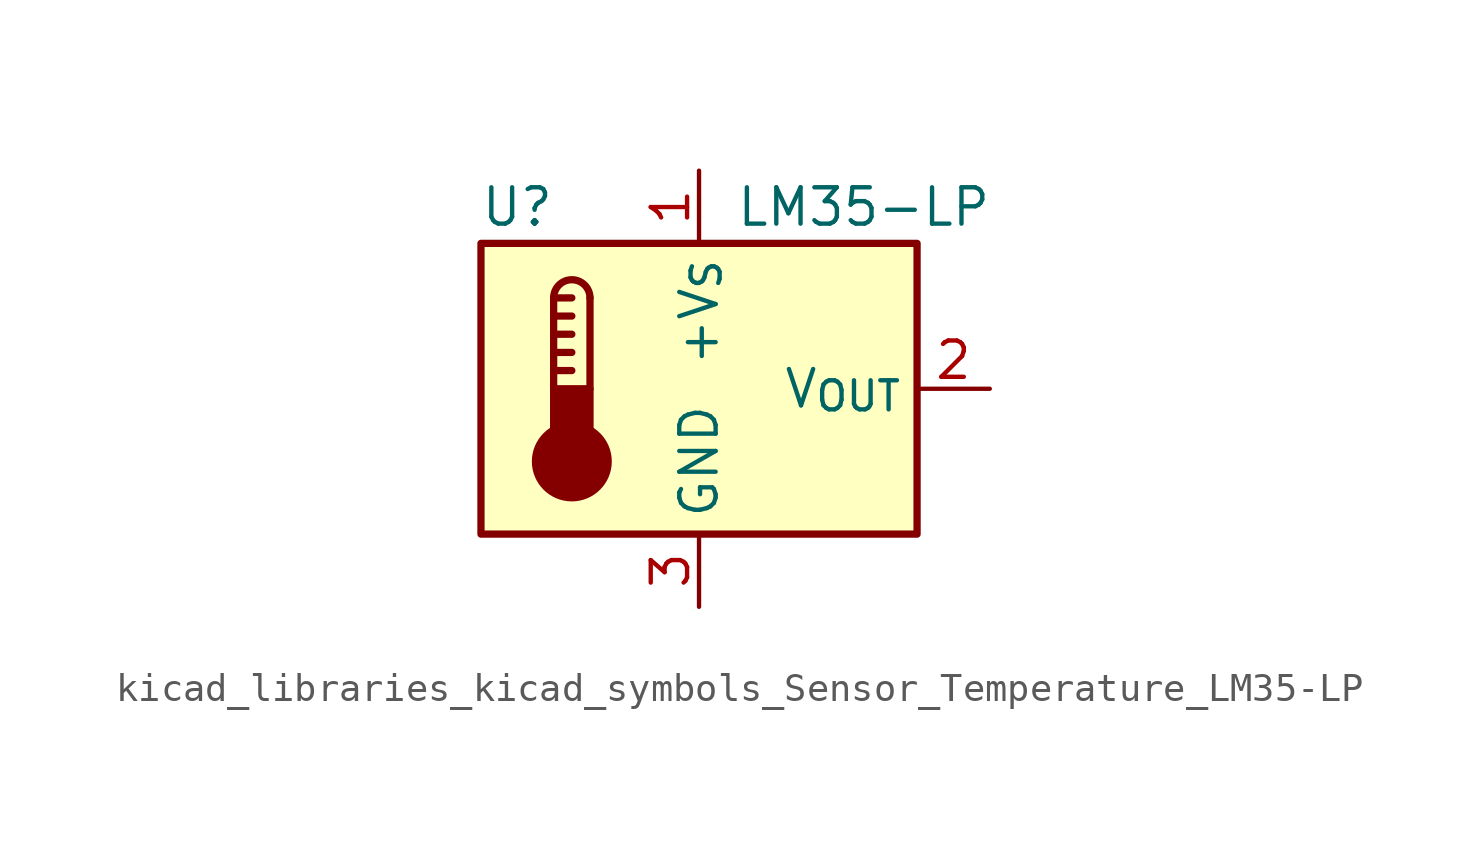
<source format=kicad_sym>
(kicad_symbol_lib
  (version 20220914)
  (generator kicad_symbol_editor)
  (symbol "kicad_libraries_kicad_symbols_Sensor_Temperature_LM35-LP"
    (property "Reference" "U"
      (at -6.35 6.35 0)
      (effects (font (size 1.27 1.27))))
    (property "Value" "LM35-LP"
      (at 1.27 6.35 0)
      (effects (font (size 1.27 1.27)) (justify left)))
    (symbol "kicad_libraries_kicad_symbols_Sensor_Temperature_LM35-LP_0_1"
      (rectangle (start -7.62 5.08) (end 7.62 -5.08) (stroke (width 0.254) (type default)) (fill (type background)))
      (circle (center -4.445 -2.54) (radius 1.27) (stroke (width 0.254) (type default)) (fill (type outline)))
      (rectangle (start -3.81 -1.905) (end -5.08 0) (stroke (width 0.254) (type default)) (fill (type outline)))
      (arc (start -3.81 3.175) (mid -4.445 3.8073) (end -5.08 3.175) (stroke (width 0.254) (type default)) (fill (type none)))
      (polyline (pts (xy -5.08 0.635) (xy -4.445 0.635)) (stroke (width 0.254) (type default)) (fill (type none)))
      (polyline (pts (xy -5.08 1.27) (xy -4.445 1.27)) (stroke (width 0.254) (type default)) (fill (type none)))
      (polyline (pts (xy -5.08 1.905) (xy -4.445 1.905)) (stroke (width 0.254) (type default)) (fill (type none)))
      (polyline (pts (xy -5.08 2.54) (xy -4.445 2.54)) (stroke (width 0.254) (type default)) (fill (type none)))
      (polyline (pts (xy -5.08 3.175) (xy -5.08 0)) (stroke (width 0.254) (type default)) (fill (type none)))
      (polyline (pts (xy -5.08 3.175) (xy -4.445 3.175)) (stroke (width 0.254) (type default)) (fill (type none)))
      (polyline (pts (xy -3.81 3.175) (xy -3.81 0)) (stroke (width 0.254) (type default)) (fill (type none))))
    (symbol "kicad_libraries_kicad_symbols_Sensor_Temperature_LM35-LP_1_1"
      (pin power_in line (at 0 7.62 270) (length 2.54) (name "+V_{S}" (effects (font (size 1.27 1.27)))) (number "1" (effects (font (size 1.27 1.27)))))
      (pin output line (at 10.16 0 180) (length 2.54) (name "V_{OUT}" (effects (font (size 1.27 1.27)))) (number "2" (effects (font (size 1.27 1.27)))))
      (pin power_in line (at 0 -7.62 90) (length 2.54) (name "GND" (effects (font (size 1.27 1.27)))) (number "3" (effects (font (size 1.27 1.27))))))))
</source>
